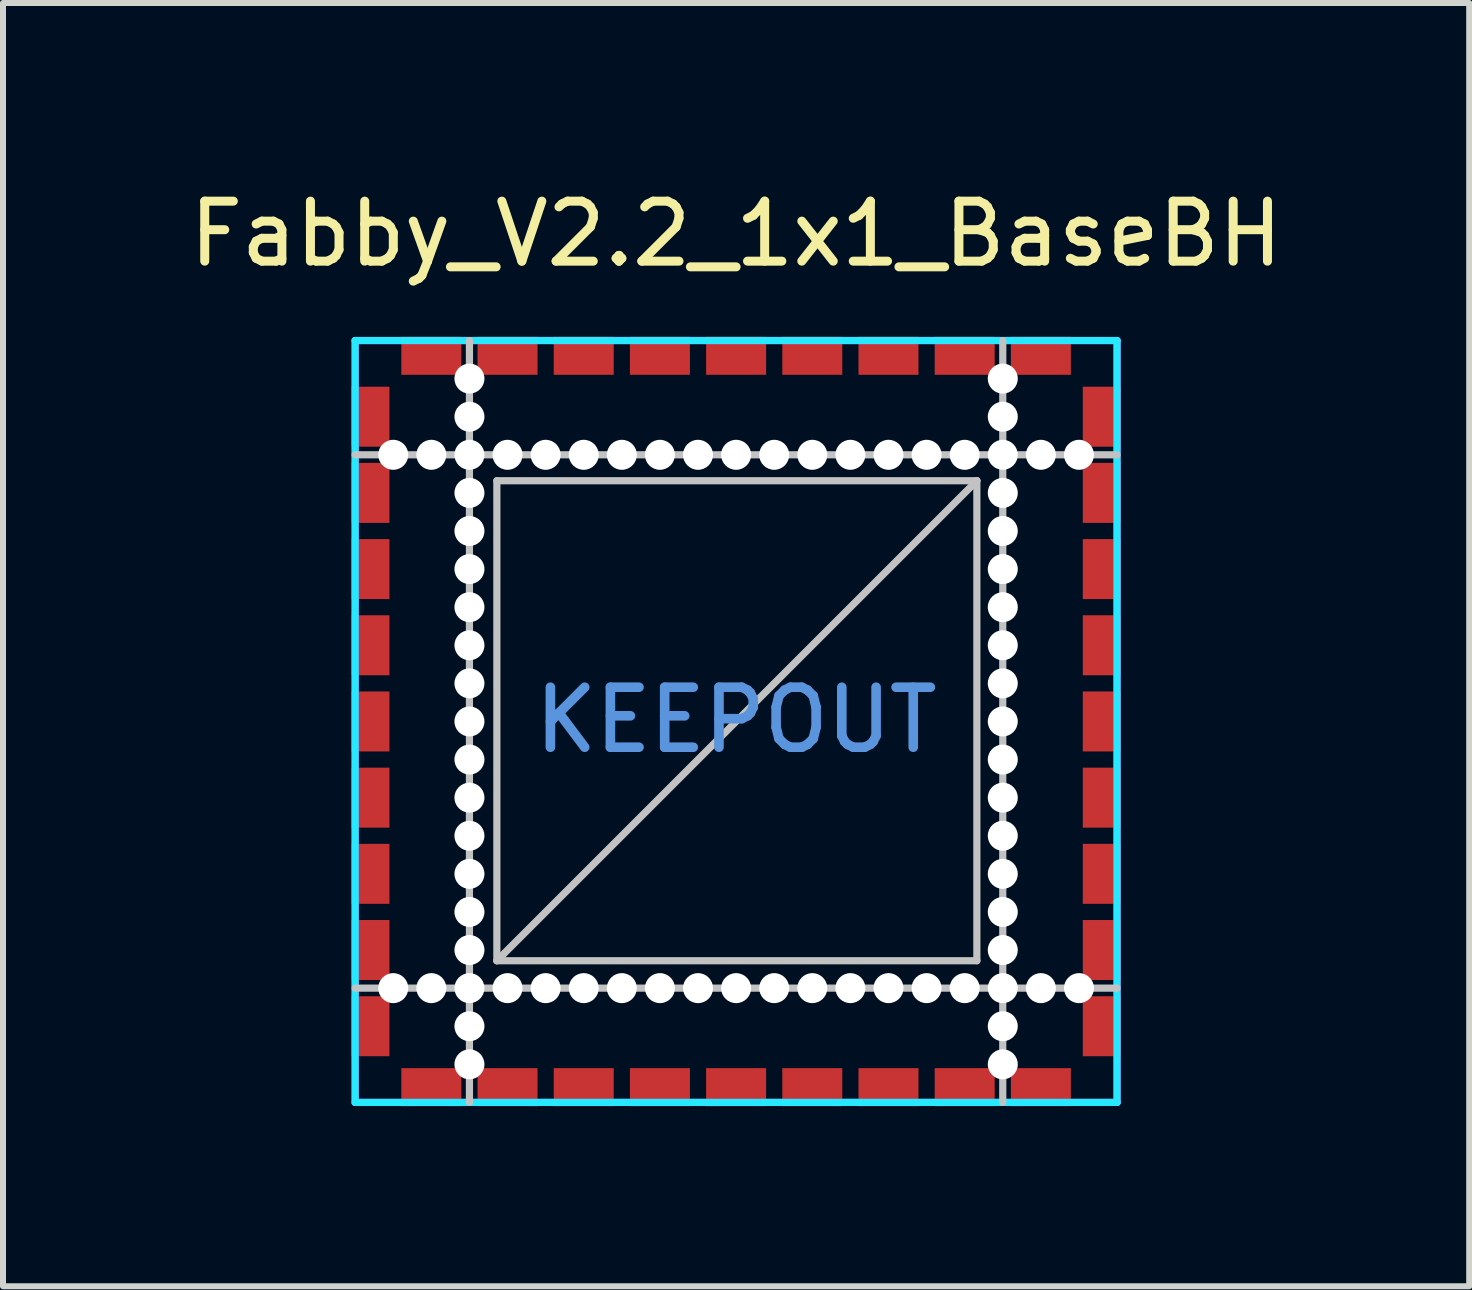
<source format=kicad_pcb>
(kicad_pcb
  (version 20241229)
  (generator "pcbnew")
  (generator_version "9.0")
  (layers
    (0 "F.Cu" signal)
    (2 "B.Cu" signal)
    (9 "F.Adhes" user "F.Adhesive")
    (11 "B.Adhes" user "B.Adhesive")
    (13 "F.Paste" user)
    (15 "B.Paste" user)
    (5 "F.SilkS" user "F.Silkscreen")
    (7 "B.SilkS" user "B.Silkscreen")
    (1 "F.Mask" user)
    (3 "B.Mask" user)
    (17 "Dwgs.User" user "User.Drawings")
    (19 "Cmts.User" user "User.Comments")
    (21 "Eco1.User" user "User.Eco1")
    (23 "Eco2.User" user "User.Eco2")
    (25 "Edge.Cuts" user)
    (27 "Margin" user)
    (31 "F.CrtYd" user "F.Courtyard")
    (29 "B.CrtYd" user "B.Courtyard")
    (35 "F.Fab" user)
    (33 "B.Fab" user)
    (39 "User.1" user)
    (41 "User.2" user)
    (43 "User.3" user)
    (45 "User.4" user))
  (footprint "Fabby_V2.2_1x1_BaseBH"
    (layer "F.Cu")
    (at 9.22 8.976)
    (property "Reference" "Fabby_V2.2_1x1_BaseBH" (at 0 -8.128 0) (layer "F.SilkS") (effects (font (size 1 1) (thickness 0.15))))
    (attr through_hole)
    (fp_line (start -6.35 4.445) (end 6.35 4.445) (stroke (width 0.12) (type solid)) (layer "Dwgs.User"))
    (fp_line (start -4.445 -6.35) (end -4.445 6.35) (stroke (width 0.12) (type solid)) (layer "Dwgs.User"))
    (fp_line (start -3.988 -4.013) (end 4.013 -4.013) (stroke (width 0.12) (type solid)) (layer "Dwgs.User"))
    (fp_line (start -3.988 3.988) (end -3.988 -4.013) (stroke (width 0.12) (type solid)) (layer "Dwgs.User"))
    (fp_line (start -3.988 3.988) (end 4.013 -4.013) (stroke (width 0.12) (type solid)) (layer "Dwgs.User"))
    (fp_line (start 4.013 -4.013) (end 4.013 3.988) (stroke (width 0.12) (type solid)) (layer "Dwgs.User"))
    (fp_line (start 4.013 3.988) (end -3.988 3.988) (stroke (width 0.12) (type solid)) (layer "Dwgs.User"))
    (fp_line (start 4.445 6.35) (end 4.445 -6.35) (stroke (width 0.12) (type solid)) (layer "Dwgs.User"))
    (fp_line (start 6.35 -4.445) (end -6.35 -4.445) (stroke (width 0.12) (type solid)) (layer "Dwgs.User"))
    (fp_line (start -6.35 -6.35) (end 6.35 -6.35) (stroke (width 0.12) (type solid)) (layer "B.CrtYd"))
    (fp_line (start -6.35 6.35) (end -6.35 -6.35) (stroke (width 0.12) (type solid)) (layer "B.CrtYd"))
    (fp_line (start 6.35 -6.35) (end 6.35 6.35) (stroke (width 0.12) (type solid)) (layer "B.CrtYd"))
    (fp_line (start 6.35 6.35) (end -6.35 6.35) (stroke (width 0.12) (type solid)) (layer "B.CrtYd"))
    (fp_line (start -6.35 -6.35) (end 6.35 -6.35) (stroke (width 0.12) (type solid)) (layer "F.CrtYd"))
    (fp_line (start -6.35 6.35) (end -6.35 -6.35) (stroke (width 0.12) (type solid)) (layer "F.CrtYd"))
    (fp_line (start 6.35 -6.35) (end 6.35 6.35) (stroke (width 0.12) (type solid)) (layer "F.CrtYd"))
    (fp_line (start 6.35 6.35) (end -6.35 6.35) (stroke (width 0.12) (type solid)) (layer "F.CrtYd"))
    (fp_text user "KEEPOUT" (at 0 -0.025 0) (layer "Cmts.User") (effects (font (size 1 1) (thickness 0.16))))
    (pad "" np_thru_hole circle (at -5.715 -4.445) (size 0.5 0.5) (drill 0.5) (layers "*.Cu" "*.Mask"))
    (pad "" np_thru_hole circle (at -5.715 4.445) (size 0.5 0.5) (drill 0.5) (layers "*.Cu" "*.Mask"))
    (pad "" np_thru_hole circle (at -5.08 -4.445) (size 0.5 0.5) (drill 0.5) (layers "*.Cu" "*.Mask"))
    (pad "" np_thru_hole circle (at -5.08 4.445) (size 0.5 0.5) (drill 0.5) (layers "*.Cu" "*.Mask"))
    (pad "" np_thru_hole circle (at -4.445 -5.715) (size 0.5 0.5) (drill 0.5) (layers "*.Cu" "*.Mask"))
    (pad "" np_thru_hole circle (at -4.445 -5.08) (size 0.5 0.5) (drill 0.5) (layers "*.Cu" "*.Mask"))
    (pad "" np_thru_hole circle (at -4.445 -4.445) (size 0.5 0.5) (drill 0.5) (layers "*.Cu" "*.Mask"))
    (pad "" np_thru_hole circle (at -4.445 -3.81) (size 0.5 0.5) (drill 0.5) (layers "*.Cu" "*.Mask"))
    (pad "" np_thru_hole circle (at -4.445 -3.175) (size 0.5 0.5) (drill 0.5) (layers "*.Cu" "*.Mask"))
    (pad "" np_thru_hole circle (at -4.445 -2.54) (size 0.5 0.5) (drill 0.5) (layers "*.Cu" "*.Mask"))
    (pad "" np_thru_hole circle (at -4.445 -1.905) (size 0.5 0.5) (drill 0.5) (layers "*.Cu" "*.Mask"))
    (pad "" np_thru_hole circle (at -4.445 -1.27) (size 0.5 0.5) (drill 0.5) (layers "*.Cu" "*.Mask"))
    (pad "" np_thru_hole circle (at -4.445 -0.635) (size 0.5 0.5) (drill 0.5) (layers "*.Cu" "*.Mask"))
    (pad "" np_thru_hole circle (at -4.445 0) (size 0.5 0.5) (drill 0.5) (layers "*.Cu" "*.Mask"))
    (pad "" np_thru_hole circle (at -4.445 0.635) (size 0.5 0.5) (drill 0.5) (layers "*.Cu" "*.Mask"))
    (pad "" np_thru_hole circle (at -4.445 1.27) (size 0.5 0.5) (drill 0.5) (layers "*.Cu" "*.Mask"))
    (pad "" np_thru_hole circle (at -4.445 1.905) (size 0.5 0.5) (drill 0.5) (layers "*.Cu" "*.Mask"))
    (pad "" np_thru_hole circle (at -4.445 2.54) (size 0.5 0.5) (drill 0.5) (layers "*.Cu" "*.Mask"))
    (pad "" np_thru_hole circle (at -4.445 3.175) (size 0.5 0.5) (drill 0.5) (layers "*.Cu" "*.Mask"))
    (pad "" np_thru_hole circle (at -4.445 3.81) (size 0.5 0.5) (drill 0.5) (layers "*.Cu" "*.Mask"))
    (pad "" np_thru_hole circle (at -4.445 4.445) (size 0.5 0.5) (drill 0.5) (layers "*.Cu" "*.Mask"))
    (pad "" np_thru_hole circle (at -4.445 5.08) (size 0.5 0.5) (drill 0.5) (layers "*.Cu" "*.Mask"))
    (pad "" np_thru_hole circle (at -4.445 5.715) (size 0.5 0.5) (drill 0.5) (layers "*.Cu" "*.Mask"))
    (pad "" np_thru_hole circle (at -3.81 -4.445) (size 0.5 0.5) (drill 0.5) (layers "*.Cu" "*.Mask"))
    (pad "" np_thru_hole circle (at -3.81 4.445) (size 0.5 0.5) (drill 0.5) (layers "*.Cu" "*.Mask"))
    (pad "" np_thru_hole circle (at -3.175 -4.445) (size 0.5 0.5) (drill 0.5) (layers "*.Cu" "*.Mask"))
    (pad "" np_thru_hole circle (at -3.175 4.445) (size 0.5 0.5) (drill 0.5) (layers "*.Cu" "*.Mask"))
    (pad "" np_thru_hole circle (at -2.54 -4.445) (size 0.5 0.5) (drill 0.5) (layers "*.Cu" "*.Mask"))
    (pad "" np_thru_hole circle (at -2.54 4.445) (size 0.5 0.5) (drill 0.5) (layers "*.Cu" "*.Mask"))
    (pad "" np_thru_hole circle (at -1.905 -4.445) (size 0.5 0.5) (drill 0.5) (layers "*.Cu" "*.Mask"))
    (pad "" np_thru_hole circle (at -1.905 4.445) (size 0.5 0.5) (drill 0.5) (layers "*.Cu" "*.Mask"))
    (pad "" np_thru_hole circle (at -1.27 -4.445) (size 0.5 0.5) (drill 0.5) (layers "*.Cu" "*.Mask"))
    (pad "" np_thru_hole circle (at -1.27 4.445) (size 0.5 0.5) (drill 0.5) (layers "*.Cu" "*.Mask"))
    (pad "" np_thru_hole circle (at -0.635 -4.445) (size 0.5 0.5) (drill 0.5) (layers "*.Cu" "*.Mask"))
    (pad "" np_thru_hole circle (at -0.635 4.445) (size 0.5 0.5) (drill 0.5) (layers "*.Cu" "*.Mask"))
    (pad "" np_thru_hole circle (at 0 -4.445) (size 0.5 0.5) (drill 0.5) (layers "*.Cu" "*.Mask"))
    (pad "" np_thru_hole circle (at 0 4.445) (size 0.5 0.5) (drill 0.5) (layers "*.Cu" "*.Mask"))
    (pad "" np_thru_hole circle (at 0.635 -4.445) (size 0.5 0.5) (drill 0.5) (layers "*.Cu" "*.Mask"))
    (pad "" np_thru_hole circle (at 0.635 4.445) (size 0.5 0.5) (drill 0.5) (layers "*.Cu" "*.Mask"))
    (pad "" np_thru_hole circle (at 1.27 -4.445) (size 0.5 0.5) (drill 0.5) (layers "*.Cu" "*.Mask"))
    (pad "" np_thru_hole circle (at 1.27 4.445) (size 0.5 0.5) (drill 0.5) (layers "*.Cu" "*.Mask"))
    (pad "" np_thru_hole circle (at 1.905 -4.445) (size 0.5 0.5) (drill 0.5) (layers "*.Cu" "*.Mask"))
    (pad "" np_thru_hole circle (at 1.905 4.445) (size 0.5 0.5) (drill 0.5) (layers "*.Cu" "*.Mask"))
    (pad "" np_thru_hole circle (at 2.54 -4.445) (size 0.5 0.5) (drill 0.5) (layers "*.Cu" "*.Mask"))
    (pad "" np_thru_hole circle (at 2.54 4.445) (size 0.5 0.5) (drill 0.5) (layers "*.Cu" "*.Mask"))
    (pad "" np_thru_hole circle (at 3.175 -4.445) (size 0.5 0.5) (drill 0.5) (layers "*.Cu" "*.Mask"))
    (pad "" np_thru_hole circle (at 3.175 4.445) (size 0.5 0.5) (drill 0.5) (layers "*.Cu" "*.Mask"))
    (pad "" np_thru_hole circle (at 3.81 -4.445) (size 0.5 0.5) (drill 0.5) (layers "*.Cu" "*.Mask"))
    (pad "" np_thru_hole circle (at 3.81 4.445) (size 0.5 0.5) (drill 0.5) (layers "*.Cu" "*.Mask"))
    (pad "" np_thru_hole circle (at 4.445 -5.715) (size 0.5 0.5) (drill 0.5) (layers "*.Cu" "*.Mask"))
    (pad "" np_thru_hole circle (at 4.445 -5.08) (size 0.5 0.5) (drill 0.5) (layers "*.Cu" "*.Mask"))
    (pad "" np_thru_hole circle (at 4.445 -4.445) (size 0.5 0.5) (drill 0.5) (layers "*.Cu" "*.Mask"))
    (pad "" np_thru_hole circle (at 4.445 -3.81) (size 0.5 0.5) (drill 0.5) (layers "*.Cu" "*.Mask"))
    (pad "" np_thru_hole circle (at 4.445 -3.175) (size 0.5 0.5) (drill 0.5) (layers "*.Cu" "*.Mask"))
    (pad "" np_thru_hole circle (at 4.445 -2.54) (size 0.5 0.5) (drill 0.5) (layers "*.Cu" "*.Mask"))
    (pad "" np_thru_hole circle (at 4.445 -1.905) (size 0.5 0.5) (drill 0.5) (layers "*.Cu" "*.Mask"))
    (pad "" np_thru_hole circle (at 4.445 -1.27) (size 0.5 0.5) (drill 0.5) (layers "*.Cu" "*.Mask"))
    (pad "" np_thru_hole circle (at 4.445 -0.635) (size 0.5 0.5) (drill 0.5) (layers "*.Cu" "*.Mask"))
    (pad "" np_thru_hole circle (at 4.445 0) (size 0.5 0.5) (drill 0.5) (layers "*.Cu" "*.Mask"))
    (pad "" np_thru_hole circle (at 4.445 0.635) (size 0.5 0.5) (drill 0.5) (layers "*.Cu" "*.Mask"))
    (pad "" np_thru_hole circle (at 4.445 1.27) (size 0.5 0.5) (drill 0.5) (layers "*.Cu" "*.Mask"))
    (pad "" np_thru_hole circle (at 4.445 1.905) (size 0.5 0.5) (drill 0.5) (layers "*.Cu" "*.Mask"))
    (pad "" np_thru_hole circle (at 4.445 2.54) (size 0.5 0.5) (drill 0.5) (layers "*.Cu" "*.Mask"))
    (pad "" np_thru_hole circle (at 4.445 3.175) (size 0.5 0.5) (drill 0.5) (layers "*.Cu" "*.Mask"))
    (pad "" np_thru_hole circle (at 4.445 3.81) (size 0.5 0.5) (drill 0.5) (layers "*.Cu" "*.Mask"))
    (pad "" np_thru_hole circle (at 4.445 4.445) (size 0.5 0.5) (drill 0.5) (layers "*.Cu" "*.Mask"))
    (pad "" np_thru_hole circle (at 4.445 5.08) (size 0.5 0.5) (drill 0.5) (layers "*.Cu" "*.Mask"))
    (pad "" np_thru_hole circle (at 4.445 5.715) (size 0.5 0.5) (drill 0.5) (layers "*.Cu" "*.Mask"))
    (pad "" np_thru_hole circle (at 5.08 -4.445) (size 0.5 0.5) (drill 0.5) (layers "*.Cu" "*.Mask"))
    (pad "" np_thru_hole circle (at 5.08 4.445) (size 0.5 0.5) (drill 0.5) (layers "*.Cu" "*.Mask"))
    (pad "" np_thru_hole circle (at 5.715 -4.445) (size 0.5 0.5) (drill 0.5) (layers "*.Cu" "*.Mask"))
    (pad "" np_thru_hole circle (at 5.715 4.445) (size 0.5 0.5) (drill 0.5) (layers "*.Cu" "*.Mask"))
    (pad "1" smd rect (at -6.096 -5.08 270) (size 1 0.635) (layers "F.Cu" "F.Mask" "F.Paste"))
    (pad "1" smd rect (at -5.08 -6.096 270) (size 0.635 1) (layers "F.Cu" "F.Mask" "F.Paste"))
    (pad "2" smd rect (at -6.096 -3.81 270) (size 1 0.635) (layers "F.Cu" "F.Mask" "F.Paste"))
    (pad "3" smd rect (at -6.096 -2.54 270) (size 1 0.635) (layers "F.Cu" "F.Mask" "F.Paste"))
    (pad "4" smd rect (at -6.096 -1.27 270) (size 1 0.635) (layers "F.Cu" "F.Mask" "F.Paste"))
    (pad "5" smd rect (at -6.096 0 270) (size 1 0.635) (layers "F.Cu" "F.Mask" "F.Paste"))
    (pad "6" smd rect (at -6.096 1.27 270) (size 1 0.635) (layers "F.Cu" "F.Mask" "F.Paste"))
    (pad "7" smd rect (at -6.096 2.54 270) (size 1 0.635) (layers "F.Cu" "F.Mask" "F.Paste"))
    (pad "8" smd rect (at -6.096 3.81 270) (size 1 0.635) (layers "F.Cu" "F.Mask" "F.Paste"))
    (pad "9" smd rect (at -6.096 5.08 270) (size 1 0.635) (layers "F.Cu" "F.Mask" "F.Paste"))
    (pad "9" smd rect (at -5.08 6.096 270) (size 0.635 1) (layers "F.Cu" "F.Mask" "F.Paste"))
    (pad "10" smd rect (at -3.81 6.096 270) (size 0.635 1) (layers "F.Cu" "F.Mask" "F.Paste"))
    (pad "11" smd rect (at -2.54 6.096 270) (size 0.635 1) (layers "F.Cu" "F.Mask" "F.Paste"))
    (pad "12" smd rect (at -1.27 6.096 270) (size 0.635 1) (layers "F.Cu" "F.Mask" "F.Paste"))
    (pad "13" smd rect (at 0 6.096 270) (size 0.635 1) (layers "F.Cu" "F.Mask" "F.Paste"))
    (pad "14" smd rect (at 1.27 6.096 270) (size 0.635 1) (layers "F.Cu" "F.Mask" "F.Paste"))
    (pad "15" smd rect (at 2.54 6.096 270) (size 0.635 1) (layers "F.Cu" "F.Mask" "F.Paste"))
    (pad "16" smd rect (at 3.81 6.096 270) (size 0.635 1) (layers "F.Cu" "F.Mask" "F.Paste"))
    (pad "17" smd rect (at 5.08 6.096 270) (size 0.635 1) (layers "F.Cu" "F.Mask" "F.Paste"))
    (pad "17" smd rect (at 6.096 5.08 270) (size 1 0.635) (layers "F.Cu" "F.Mask" "F.Paste"))
    (pad "18" smd rect (at 6.096 3.81 270) (size 1 0.635) (layers "F.Cu" "F.Mask" "F.Paste"))
    (pad "19" smd rect (at 6.096 2.54 270) (size 1 0.635) (layers "F.Cu" "F.Mask" "F.Paste"))
    (pad "20" smd rect (at 6.096 1.27 270) (size 1 0.635) (layers "F.Cu" "F.Mask" "F.Paste"))
    (pad "21" smd rect (at 6.096 0 270) (size 1 0.635) (layers "F.Cu" "F.Mask" "F.Paste"))
    (pad "22" smd rect (at 6.096 -1.27 270) (size 1 0.635) (layers "F.Cu" "F.Mask" "F.Paste"))
    (pad "23" smd rect (at 6.096 -2.54 270) (size 1 0.635) (layers "F.Cu" "F.Mask" "F.Paste"))
    (pad "24" smd rect (at 6.096 -3.81 270) (size 1 0.635) (layers "F.Cu" "F.Mask" "F.Paste"))
    (pad "25" smd rect (at 5.08 -6.096 270) (size 0.635 1) (layers "F.Cu" "F.Mask" "F.Paste"))
    (pad "25" smd rect (at 6.096 -5.08 270) (size 1 0.635) (layers "F.Cu" "F.Mask" "F.Paste"))
    (pad "26" smd rect (at 3.81 -6.096 270) (size 0.635 1) (layers "F.Cu" "F.Mask" "F.Paste"))
    (pad "27" smd rect (at 2.54 -6.096 270) (size 0.635 1) (layers "F.Cu" "F.Mask" "F.Paste"))
    (pad "28" smd rect (at 1.27 -6.096 270) (size 0.635 1) (layers "F.Cu" "F.Mask" "F.Paste"))
    (pad "29" smd rect (at 0 -6.096 270) (size 0.635 1) (layers "F.Cu" "F.Mask" "F.Paste"))
    (pad "30" smd rect (at -1.27 -6.096 270) (size 0.635 1) (layers "F.Cu" "F.Mask" "F.Paste"))
    (pad "31" smd rect (at -2.54 -6.096 270) (size 0.635 1) (layers "F.Cu" "F.Mask" "F.Paste"))
    (pad "32" smd rect (at -3.81 -6.096 270) (size 0.635 1) (layers "F.Cu" "F.Mask" "F.Paste")))
  (gr_rect
    (start -3 -3)
    (end 21.44 18.39)
    (stroke (width 0.1) (type default))
    (fill no)
    (layer "Edge.Cuts")))
</source>
